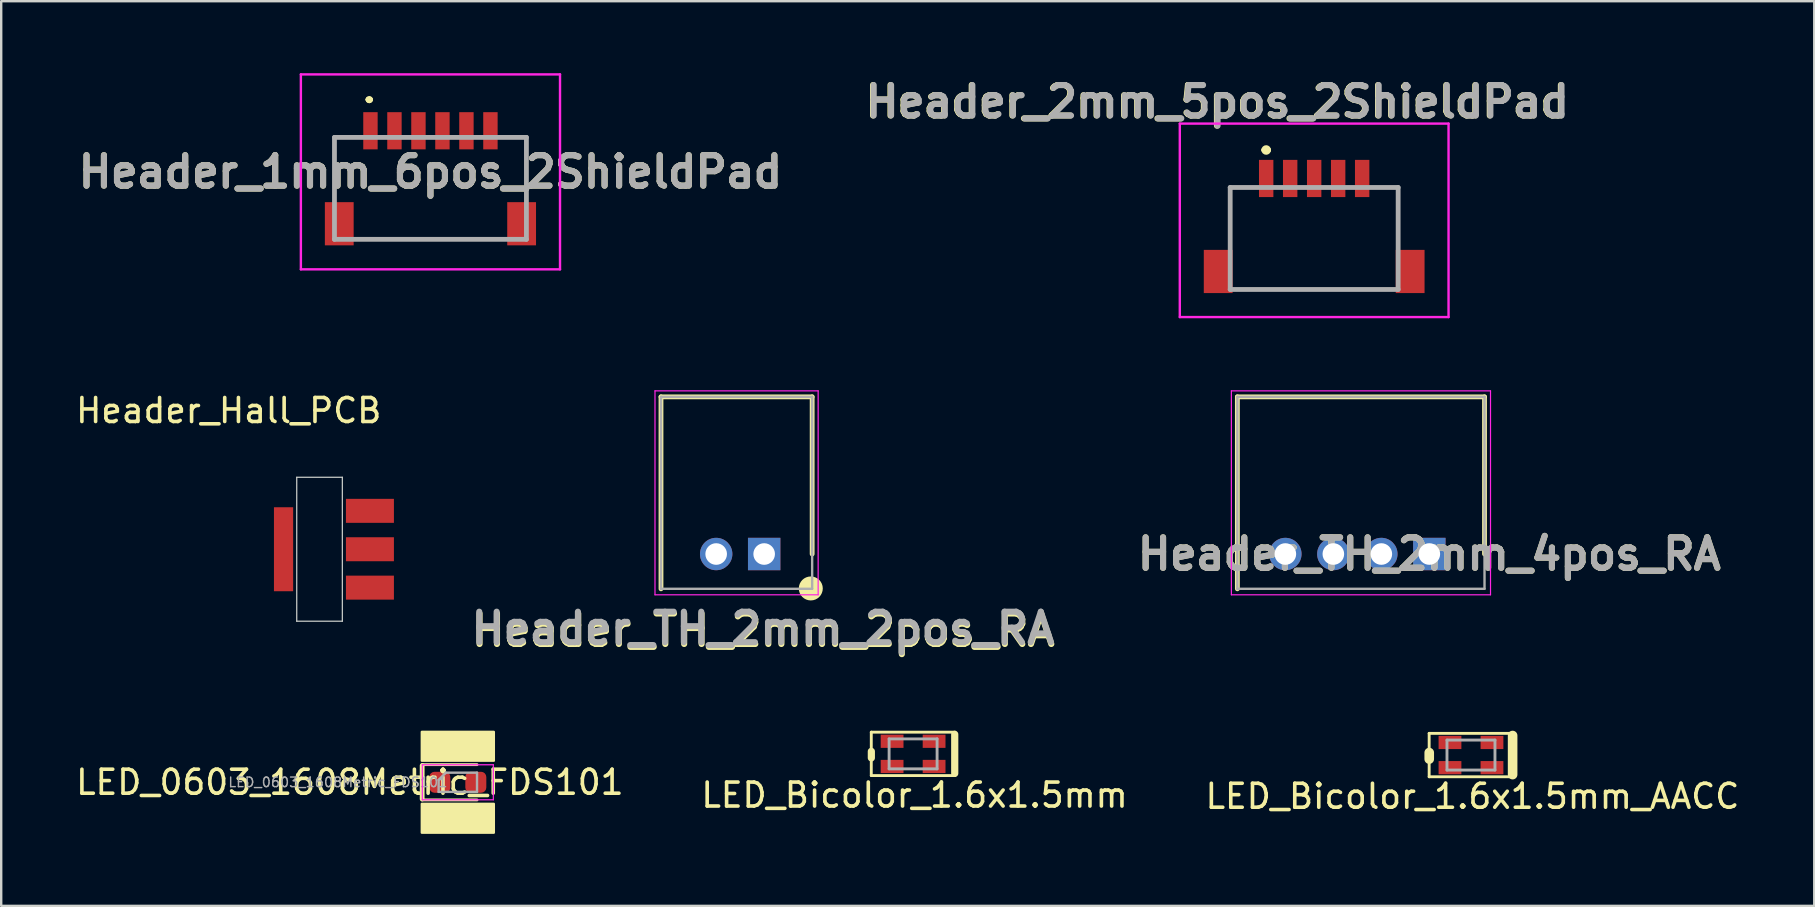
<source format=kicad_pcb>
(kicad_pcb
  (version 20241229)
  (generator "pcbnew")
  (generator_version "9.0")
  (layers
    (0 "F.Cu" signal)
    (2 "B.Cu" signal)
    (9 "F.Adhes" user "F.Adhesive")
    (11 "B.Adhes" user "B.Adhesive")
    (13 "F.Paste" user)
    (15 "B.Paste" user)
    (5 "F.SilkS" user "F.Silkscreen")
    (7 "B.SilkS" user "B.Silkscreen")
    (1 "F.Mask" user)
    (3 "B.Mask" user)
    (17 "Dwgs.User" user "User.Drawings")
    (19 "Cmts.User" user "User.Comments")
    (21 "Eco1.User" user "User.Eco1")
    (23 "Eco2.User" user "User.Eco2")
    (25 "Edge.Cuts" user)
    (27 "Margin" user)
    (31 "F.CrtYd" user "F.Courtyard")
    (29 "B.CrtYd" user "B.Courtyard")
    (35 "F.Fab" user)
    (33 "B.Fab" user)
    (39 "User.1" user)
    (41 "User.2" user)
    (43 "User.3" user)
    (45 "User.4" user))
  (footprint "Header_TH_2mm_2pos_RA"
    (layer "F.Cu")
    (at 28.797 20.039)
    (property "Reference" "Header_TH_2mm_2pos_RA" (at -0.038 3.175 0) (layer "F.SilkS") (effects (font (size 1.27 1.27) (thickness 0.254))))
    (attr through_hole)
    (fp_line (start -4.3 -6.55) (end -4.3 1.45) (stroke (width 0.2) (type solid)) (layer "F.SilkS"))
    (fp_line (start 2 -6.55) (end -4.3 -6.55) (stroke (width 0.2) (type solid)) (layer "F.SilkS"))
    (fp_line (start 2 0) (end 2 -6.55) (stroke (width 0.2) (type solid)) (layer "F.SilkS"))
    (fp_circle (center 1.943 1.435) (end 2.193 1.435) (stroke (width 0.5) (type solid)) (fill no) (layer "F.SilkS"))
    (fp_line (start -4.55 -6.8) (end 2.25 -6.8) (stroke (width 0.05) (type solid)) (layer "F.CrtYd"))
    (fp_line (start -4.55 1.7) (end -4.55 -6.8) (stroke (width 0.05) (type solid)) (layer "F.CrtYd"))
    (fp_line (start 2.25 -6.8) (end 2.25 1.7) (stroke (width 0.05) (type solid)) (layer "F.CrtYd"))
    (fp_line (start 2.25 1.7) (end -4.55 1.7) (stroke (width 0.05) (type solid)) (layer "F.CrtYd"))
    (fp_line (start -4.3 -6.55) (end 2 -6.55) (stroke (width 0.1) (type solid)) (layer "F.Fab"))
    (fp_line (start -4.3 1.45) (end -4.3 -6.55) (stroke (width 0.1) (type solid)) (layer "F.Fab"))
    (fp_line (start 2 -6.55) (end 2 1.45) (stroke (width 0.1) (type solid)) (layer "F.Fab"))
    (fp_line (start 2 1.45) (end -4.3 1.45) (stroke (width 0.1) (type solid)) (layer "F.Fab"))
    (fp_text user "${REFERENCE}" (at -0.051 3.099 0) (layer "F.Fab") (effects (font (size 1.27 1.27) (thickness 0.254))))
    (pad "1" thru_hole rect (at 0 0) (size 1.35 1.35) (drill 0.9) (layers "*.Cu" "*.Mask"))
    (pad "2" thru_hole circle (at -2 0) (size 1.35 1.35) (drill 0.9) (layers "*.Cu" "*.Mask")))
  (footprint "LED_Bicolor_1.6x1.5mm"
    (layer "F.Cu")
    (at 35.004 28.368)
    (property "Reference" "LED_Bicolor_1.6x1.5mm" (at 0.061 1.719 0) (layer "F.SilkS") (effects (font (size 1 1) (thickness 0.15))))
    (attr through_hole)
    (fp_line (start -1.743 -0.904) (end 1.743 -0.904) (stroke (width 0.12) (type solid)) (layer "F.SilkS"))
    (fp_line (start -1.743 0.904) (end -1.743 -0.904) (stroke (width 0.12) (type solid)) (layer "F.SilkS"))
    (fp_line (start -1.74 -0.104) (end -1.74 0.168) (stroke (width 0.3) (type solid)) (layer "F.SilkS"))
    (fp_line (start 1.735 -0.815) (end 1.735 0.815) (stroke (width 0.3) (type solid)) (layer "F.SilkS"))
    (fp_line (start 1.743 0.904) (end -1.743 0.904) (stroke (width 0.12) (type solid)) (layer "F.SilkS"))
    (fp_line (start -1 -0.625) (end -1 0.625) (stroke (width 0.12) (type solid)) (layer "F.Fab"))
    (fp_line (start -1 -0.625) (end 1 -0.625) (stroke (width 0.12) (type solid)) (layer "F.Fab"))
    (fp_line (start 1 -0.625) (end 1 0.625) (stroke (width 0.12) (type solid)) (layer "F.Fab"))
    (fp_line (start 1 0.625) (end -1 0.625) (stroke (width 0.12) (type solid)) (layer "F.Fab"))
    (pad "1" smd rect (at 0.875 -0.525) (size 0.95 0.55) (layers "F.Cu" "F.Mask" "F.Paste"))
    (pad "2" smd rect (at -0.875 -0.525) (size 0.95 0.55) (layers "F.Cu" "F.Mask" "F.Paste"))
    (pad "3" smd rect (at -0.875 0.525) (size 0.95 0.55) (layers "F.Cu" "F.Mask" "F.Paste"))
    (pad "4" smd rect (at 0.875 0.525) (size 0.95 0.55) (layers "F.Cu" "F.Mask" "F.Paste")))
  (footprint "Header_Hall_PCB"
    (layer "F.Cu")
    (at 10.267 19.84)
    (property "Reference" "Header_Hall_PCB" (at -3.785 -5.779 0) (layer "F.SilkS") (effects (font (size 1 1) (thickness 0.15))))
    (attr through_hole)
    (fp_line (start -0.95 -3) (end -0.95 3) (stroke (width 0.05) (type solid)) (layer "Edge.Cuts"))
    (fp_line (start -0.95 -3) (end 0.95 -3) (stroke (width 0.05) (type solid)) (layer "Edge.Cuts"))
    (fp_line (start -0.95 3) (end 0.95 3) (stroke (width 0.05) (type solid)) (layer "Edge.Cuts"))
    (fp_line (start 0.95 3) (end 0.95 -3) (stroke (width 0.05) (type solid)) (layer "Edge.Cuts"))
    (pad "1" smd rect (at 2.1 1.6) (size 2 1) (layers "F.Cu" "F.Mask" "F.Paste"))
    (pad "2" smd rect (at 2.1 0) (size 2 1) (layers "F.Cu" "F.Mask" "F.Paste"))
    (pad "3" smd rect (at 2.1 -1.6) (size 2 1) (layers "F.Cu" "F.Mask" "F.Paste"))
    (pad "4" smd rect (at -1.5 0) (size 0.8 3.5) (layers "F.Cu" "F.Mask" "F.Paste")))
  (footprint "Header_2mm_5pos_2ShieldPad"
    (layer "F.Cu")
    (at 51.719 6.701)
    (property "Reference" "Header_2mm_5pos_2ShieldPad" (at -4.051 -5.512 0) (layer "F.SilkS") (effects (font (size 1.27 1.27) (thickness 0.254))))
    (attr smd)
    (fp_line (start -3.5 -1.938) (end -3.5 0.063) (stroke (width 0.1) (type solid)) (layer "F.SilkS"))
    (fp_line (start -3 -1.938) (end -3.5 -1.938) (stroke (width 0.1) (type solid)) (layer "F.SilkS"))
    (fp_line (start -3 2.313) (end 3 2.313) (stroke (width 0.1) (type solid)) (layer "F.SilkS"))
    (fp_line (start -2.1 -3.5) (end -2.1 -3.5) (stroke (width 0.2) (type solid)) (layer "F.SilkS"))
    (fp_line (start -1.9 -3.5) (end -1.9 -3.5) (stroke (width 0.2) (type solid)) (layer "F.SilkS"))
    (fp_line (start 3 -1.938) (end 3.5 -1.938) (stroke (width 0.1) (type solid)) (layer "F.SilkS"))
    (fp_line (start 3.5 -1.938) (end 3.5 0.063) (stroke (width 0.1) (type solid)) (layer "F.SilkS"))
    (fp_arc (start -2.1 -3.5) (mid -2 -3.6) (end -1.9 -3.5) (stroke (width 0.2) (type solid)) (layer "F.SilkS"))
    (fp_arc (start -1.9 -3.5) (mid -2 -3.4) (end -2.1 -3.5) (stroke (width 0.2) (type solid)) (layer "F.SilkS"))
    (fp_line (start -5.6 -4.6) (end 5.6 -4.6) (stroke (width 0.1) (type solid)) (layer "F.CrtYd"))
    (fp_line (start -5.6 3.463) (end -5.6 -4.6) (stroke (width 0.1) (type solid)) (layer "F.CrtYd"))
    (fp_line (start 5.6 -4.6) (end 5.6 3.463) (stroke (width 0.1) (type solid)) (layer "F.CrtYd"))
    (fp_line (start 5.6 3.463) (end -5.6 3.463) (stroke (width 0.1) (type solid)) (layer "F.CrtYd"))
    (fp_line (start -3.5 -1.938) (end 3.5 -1.938) (stroke (width 0.2) (type solid)) (layer "F.Fab"))
    (fp_line (start -3.5 2.313) (end -3.5 -1.938) (stroke (width 0.2) (type solid)) (layer "F.Fab"))
    (fp_line (start 3.5 -1.938) (end 3.5 2.313) (stroke (width 0.2) (type solid)) (layer "F.Fab"))
    (fp_line (start 3.5 2.313) (end -3.5 2.313) (stroke (width 0.2) (type solid)) (layer "F.Fab"))
    (fp_text user "${REFERENCE}" (at -4.026 -5.512 0) (layer "F.Fab") (effects (font (size 1.27 1.27) (thickness 0.254))))
    (pad "1" smd rect (at -2 -2.313) (size 0.6 1.55) (layers "F.Cu" "F.Mask" "F.Paste"))
    (pad "2" smd rect (at -1 -2.313) (size 0.6 1.55) (layers "F.Cu" "F.Mask" "F.Paste"))
    (pad "3" smd rect (at 0 -2.313) (size 0.6 1.55) (layers "F.Cu" "F.Mask" "F.Paste"))
    (pad "4" smd rect (at 1 -2.313) (size 0.6 1.55) (layers "F.Cu" "F.Mask" "F.Paste"))
    (pad "5" smd rect (at 2 -2.313) (size 0.6 1.55) (layers "F.Cu" "F.Mask" "F.Paste"))
    (pad "MP" smd rect (at -4 1.563) (size 1.2 1.8) (layers "F.Cu" "F.Mask" "F.Paste"))
    (pad "MP" smd rect (at 4 1.563) (size 1.2 1.8) (layers "F.Cu" "F.Mask" "F.Paste")))
  (footprint "Header_1mm_6pos_2ShieldPad"
    (layer "F.Cu")
    (at 14.889 4.8)
    (property "Reference" "Header_1mm_6pos_2ShieldPad" (at 0 -0.688 0) (layer "F.SilkS") (effects (font (size 1.27 1.27) (thickness 0.254))))
    (attr smd)
    (fp_line (start -4 -2.125) (end -4 -2.125) (stroke (width 0.1) (type solid)) (layer "F.SilkS"))
    (fp_line (start -4 -2.125) (end -4 -2.125) (stroke (width 0.1) (type solid)) (layer "F.SilkS"))
    (fp_line (start -4 -2.125) (end -4 0) (stroke (width 0.1) (type solid)) (layer "F.SilkS"))
    (fp_line (start -4 -2.125) (end -3.5 -2.125) (stroke (width 0.1) (type solid)) (layer "F.SilkS"))
    (fp_line (start -4 0) (end -4 -2.125) (stroke (width 0.1) (type solid)) (layer "F.SilkS"))
    (fp_line (start -4 0) (end -4 0) (stroke (width 0.1) (type solid)) (layer "F.SilkS"))
    (fp_line (start -3.5 -2.125) (end -4 -2.125) (stroke (width 0.1) (type solid)) (layer "F.SilkS"))
    (fp_line (start -3.5 -2.125) (end -3.5 -2.125) (stroke (width 0.1) (type solid)) (layer "F.SilkS"))
    (fp_line (start -2.6 -3.7) (end -2.6 -3.7) (stroke (width 0.2) (type solid)) (layer "F.SilkS"))
    (fp_line (start -2.6 -3.7) (end -2.6 -3.7) (stroke (width 0.2) (type solid)) (layer "F.SilkS"))
    (fp_line (start -2.5 -3.7) (end -2.5 -3.7) (stroke (width 0.2) (type solid)) (layer "F.SilkS"))
    (fp_line (start -2.5 2.125) (end -2.5 2.125) (stroke (width 0.1) (type solid)) (layer "F.SilkS"))
    (fp_line (start -2.5 2.125) (end 2.5 2.125) (stroke (width 0.1) (type solid)) (layer "F.SilkS"))
    (fp_line (start 2.5 2.125) (end -2.5 2.125) (stroke (width 0.1) (type solid)) (layer "F.SilkS"))
    (fp_line (start 2.5 2.125) (end 2.5 2.125) (stroke (width 0.1) (type solid)) (layer "F.SilkS"))
    (fp_line (start 3.5 -2.125) (end 3.5 -2.125) (stroke (width 0.1) (type solid)) (layer "F.SilkS"))
    (fp_line (start 3.5 -2.125) (end 4 -2.125) (stroke (width 0.1) (type solid)) (layer "F.SilkS"))
    (fp_line (start 4 -2.125) (end 3.5 -2.125) (stroke (width 0.1) (type solid)) (layer "F.SilkS"))
    (fp_line (start 4 -2.125) (end 4 -2.125) (stroke (width 0.1) (type solid)) (layer "F.SilkS"))
    (fp_line (start 4 -2.125) (end 4 -2.125) (stroke (width 0.1) (type solid)) (layer "F.SilkS"))
    (fp_line (start 4 -2.125) (end 4 0) (stroke (width 0.1) (type solid)) (layer "F.SilkS"))
    (fp_line (start 4 0) (end 4 -2.125) (stroke (width 0.1) (type solid)) (layer "F.SilkS"))
    (fp_line (start 4 0) (end 4 0) (stroke (width 0.1) (type solid)) (layer "F.SilkS"))
    (fp_arc (start -2.6 -3.7) (mid -2.55 -3.75) (end -2.5 -3.7) (stroke (width 0.2) (type solid)) (layer "F.SilkS"))
    (fp_arc (start -2.5 -3.7) (mid -2.55 -3.65) (end -2.6 -3.7) (stroke (width 0.2) (type solid)) (layer "F.SilkS"))
    (fp_arc (start -2.5 -3.7) (mid -2.55 -3.65) (end -2.6 -3.7) (stroke (width 0.2) (type solid)) (layer "F.SilkS"))
    (fp_line (start -5.4 -4.75) (end 5.4 -4.75) (stroke (width 0.1) (type solid)) (layer "F.CrtYd"))
    (fp_line (start -5.4 3.375) (end -5.4 -4.75) (stroke (width 0.1) (type solid)) (layer "F.CrtYd"))
    (fp_line (start 5.4 -4.75) (end 5.4 3.375) (stroke (width 0.1) (type solid)) (layer "F.CrtYd"))
    (fp_line (start 5.4 3.375) (end -5.4 3.375) (stroke (width 0.1) (type solid)) (layer "F.CrtYd"))
    (fp_line (start -4 -2.125) (end -4 2.125) (stroke (width 0.2) (type solid)) (layer "F.Fab"))
    (fp_line (start -4 2.125) (end 4 2.125) (stroke (width 0.2) (type solid)) (layer "F.Fab"))
    (fp_line (start 4 -2.125) (end -4 -2.125) (stroke (width 0.2) (type solid)) (layer "F.Fab"))
    (fp_line (start 4 2.125) (end 4 -2.125) (stroke (width 0.2) (type solid)) (layer "F.Fab"))
    (fp_text user "${REFERENCE}" (at 0 -0.688 0) (layer "F.Fab") (effects (font (size 1.27 1.27) (thickness 0.254))))
    (pad "1" smd rect (at -2.5 -2.4) (size 0.6 1.55) (layers "F.Cu" "F.Mask" "F.Paste"))
    (pad "2" smd rect (at -1.5 -2.4) (size 0.6 1.55) (layers "F.Cu" "F.Mask" "F.Paste"))
    (pad "3" smd rect (at -0.5 -2.4) (size 0.6 1.55) (layers "F.Cu" "F.Mask" "F.Paste"))
    (pad "4" smd rect (at 0.5 -2.4) (size 0.6 1.55) (layers "F.Cu" "F.Mask" "F.Paste"))
    (pad "5" smd rect (at 1.5 -2.4) (size 0.6 1.55) (layers "F.Cu" "F.Mask" "F.Paste"))
    (pad "6" smd rect (at 2.5 -2.4) (size 0.6 1.55) (layers "F.Cu" "F.Mask" "F.Paste"))
    (pad "MP" smd rect (at -3.8 1.475) (size 1.2 1.8) (layers "F.Cu" "F.Mask" "F.Paste"))
    (pad "MP" smd rect (at 3.8 1.475) (size 1.2 1.8) (layers "F.Cu" "F.Mask" "F.Paste")))
  (footprint "LED_Bicolor_1.6x1.5mm_AACC"
    (layer "F.Cu")
    (at 58.254 28.418)
    (property "Reference" "LED_Bicolor_1.6x1.5mm_AACC" (at 0.061 1.719 0) (layer "F.SilkS") (effects (font (size 1 1) (thickness 0.15))))
    (attr through_hole)
    (fp_line (start -1.743 -0.904) (end 1.743 -0.904) (stroke (width 0.12) (type solid)) (layer "F.SilkS"))
    (fp_line (start -1.743 0.904) (end -1.743 -0.904) (stroke (width 0.12) (type solid)) (layer "F.SilkS"))
    (fp_line (start -1.74 -0.104) (end -1.74 0.168) (stroke (width 0.4) (type solid)) (layer "F.SilkS"))
    (fp_line (start 1.735 -0.815) (end 1.735 0.815) (stroke (width 0.4) (type solid)) (layer "F.SilkS"))
    (fp_line (start 1.743 0.904) (end -1.743 0.904) (stroke (width 0.12) (type solid)) (layer "F.SilkS"))
    (fp_line (start -1 -0.625) (end -1 0.625) (stroke (width 0.12) (type solid)) (layer "F.Fab"))
    (fp_line (start -1 -0.625) (end 1 -0.625) (stroke (width 0.12) (type solid)) (layer "F.Fab"))
    (fp_line (start 1 -0.625) (end 1 0.625) (stroke (width 0.12) (type solid)) (layer "F.Fab"))
    (fp_line (start 1 0.625) (end -1 0.625) (stroke (width 0.12) (type solid)) (layer "F.Fab"))
    (pad "1" smd rect (at 0.875 -0.525) (size 0.95 0.55) (layers "F.Cu" "F.Mask" "F.Paste"))
    (pad "2" smd rect (at 0.875 0.525) (size 0.95 0.55) (layers "F.Cu" "F.Mask" "F.Paste"))
    (pad "3" smd rect (at -0.875 -0.525) (size 0.95 0.55) (layers "F.Cu" "F.Mask" "F.Paste"))
    (pad "4" smd rect (at -0.875 0.525) (size 0.95 0.55) (layers "F.Cu" "F.Mask" "F.Paste")))
  (footprint "LED_0603_1608Metric_FDS101"
    (layer "F.Cu")
    (at 16.03 29.552)
    (property "Reference" "LED_0603_1608Metric_FDS101" (at -4.5 0 0) (layer "F.SilkS") (effects (font (size 1 1) (thickness 0.15))))
    (attr smd)
    (fp_line (start -1.486 -0.699) (end -1.486 0.699) (stroke (width 0.2) (type solid)) (layer "F.SilkS"))
    (fp_line (start -1.485 0.735) (end 0.8 0.735) (stroke (width 0.12) (type solid)) (layer "F.SilkS"))
    (fp_line (start 0.8 -0.735) (end -1.485 -0.735) (stroke (width 0.12) (type solid)) (layer "F.SilkS"))
    (fp_poly (pts (xy 1.5 -0.9) (xy -1.5 -0.9) (xy -1.5 -2.1) (xy 1.5 -2.1)) (stroke (width 0.1) (type solid)) (fill yes) (layer "F.SilkS"))
    (fp_poly (pts (xy 1.5 2.1) (xy -1.5 2.1) (xy -1.5 0.9) (xy 1.5 0.9)) (stroke (width 0.1) (type solid)) (fill yes) (layer "F.SilkS"))
    (fp_line (start -1.48 -0.73) (end 1.48 -0.73) (stroke (width 0.05) (type solid)) (layer "F.CrtYd"))
    (fp_line (start -1.48 0.73) (end -1.48 -0.73) (stroke (width 0.05) (type solid)) (layer "F.CrtYd"))
    (fp_line (start 1.48 -0.73) (end 1.48 0.73) (stroke (width 0.05) (type solid)) (layer "F.CrtYd"))
    (fp_line (start 1.48 0.73) (end -1.48 0.73) (stroke (width 0.05) (type solid)) (layer "F.CrtYd"))
    (fp_line (start -0.8 -0.1) (end -0.8 0.4) (stroke (width 0.1) (type solid)) (layer "F.Fab"))
    (fp_line (start -0.8 0.4) (end 0.8 0.4) (stroke (width 0.1) (type solid)) (layer "F.Fab"))
    (fp_line (start -0.5 -0.4) (end -0.8 -0.1) (stroke (width 0.1) (type solid)) (layer "F.Fab"))
    (fp_line (start 0.8 -0.4) (end -0.5 -0.4) (stroke (width 0.1) (type solid)) (layer "F.Fab"))
    (fp_line (start 0.8 0.4) (end 0.8 -0.4) (stroke (width 0.1) (type solid)) (layer "F.Fab"))
    (fp_text user "${REFERENCE}" (at -5 0 0) (layer "F.Fab") (effects (font (size 0.4 0.4) (thickness 0.06))))
    (pad "1" smd roundrect (at -0.75 0) (size 0.875 0.875) (layers "F.Cu" "F.Mask" "F.Paste") (roundrect_rratio 0.25))
    (pad "2" smd roundrect (at 0.75 0) (size 0.875 0.875) (layers "F.Cu" "F.Mask" "F.Paste") (roundrect_rratio 0.25)))
  (footprint "Header_TH_2mm_4pos_RA"
    (layer "F.Cu")
    (at 56.518 20.039)
    (property "Reference" "Header_TH_2mm_4pos_RA" (at 0 0 0) (layer "F.SilkS") (effects (font (size 1.27 1.27) (thickness 0.254))))
    (attr through_hole)
    (fp_line (start -8 -6.55) (end -8 1.45) (stroke (width 0.2) (type solid)) (layer "F.SilkS"))
    (fp_line (start 2.3 -6.55) (end -8 -6.55) (stroke (width 0.2) (type solid)) (layer "F.SilkS"))
    (fp_line (start 2.3 0) (end 2.3 -6.55) (stroke (width 0.2) (type solid)) (layer "F.SilkS"))
    (fp_line (start -8.25 -6.8) (end 2.55 -6.8) (stroke (width 0.05) (type solid)) (layer "F.CrtYd"))
    (fp_line (start -8.25 1.7) (end -8.25 -6.8) (stroke (width 0.05) (type solid)) (layer "F.CrtYd"))
    (fp_line (start 2.55 -6.8) (end 2.55 1.7) (stroke (width 0.05) (type solid)) (layer "F.CrtYd"))
    (fp_line (start 2.55 1.7) (end -8.25 1.7) (stroke (width 0.05) (type solid)) (layer "F.CrtYd"))
    (fp_line (start -8 -6.55) (end 2.3 -6.55) (stroke (width 0.1) (type solid)) (layer "F.Fab"))
    (fp_line (start -8 1.45) (end -8 -6.55) (stroke (width 0.1) (type solid)) (layer "F.Fab"))
    (fp_line (start 2.3 -6.55) (end 2.3 1.45) (stroke (width 0.1) (type solid)) (layer "F.Fab"))
    (fp_line (start 2.3 1.45) (end -8 1.45) (stroke (width 0.1) (type solid)) (layer "F.Fab"))
    (fp_text user "${REFERENCE}" (at 0 0 0) (layer "F.Fab") (effects (font (size 1.27 1.27) (thickness 0.254))))
    (pad "1" thru_hole rect (at 0 0) (size 1.35 1.35) (drill 0.9) (layers "*.Cu" "*.Mask"))
    (pad "2" thru_hole circle (at -2 0) (size 1.35 1.35) (drill 0.9) (layers "*.Cu" "*.Mask"))
    (pad "3" thru_hole circle (at -4 0) (size 1.35 1.35) (drill 0.9) (layers "*.Cu" "*.Mask"))
    (pad "4" thru_hole circle (at -6 0) (size 1.35 1.35) (drill 0.9) (layers "*.Cu" "*.Mask")))
  (gr_rect
    (start -3 -3)
    (end 72.56 34.702)
    (stroke (width 0.1) (type default))
    (fill no)
    (layer "Edge.Cuts")))
</source>
